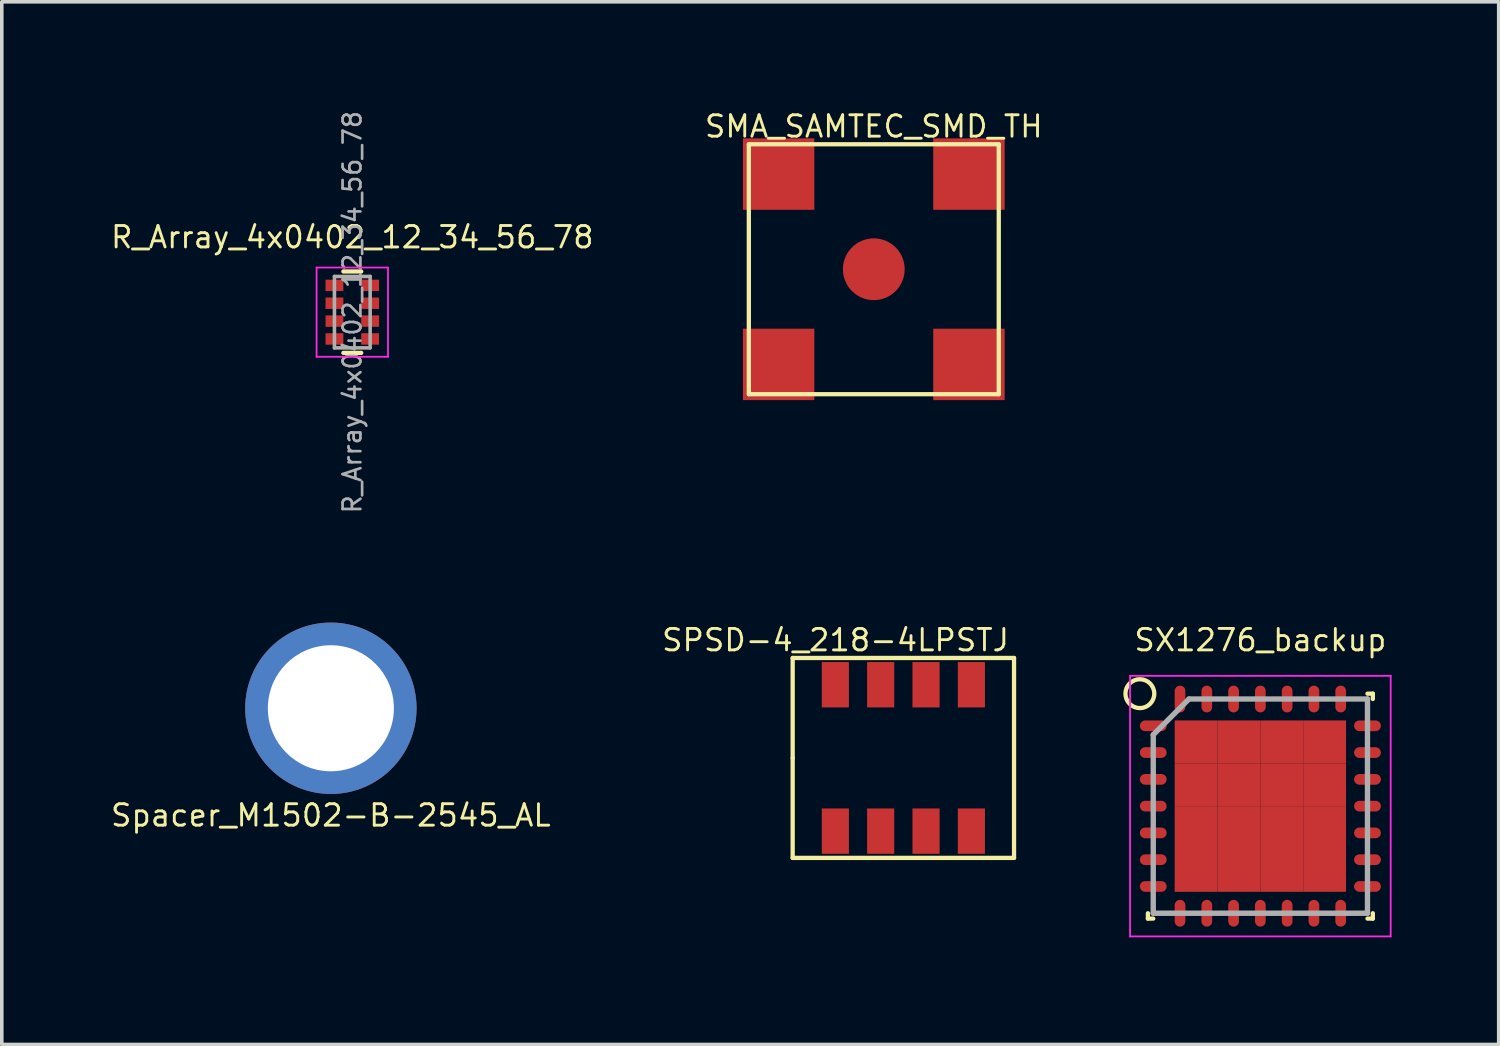
<source format=kicad_pcb>
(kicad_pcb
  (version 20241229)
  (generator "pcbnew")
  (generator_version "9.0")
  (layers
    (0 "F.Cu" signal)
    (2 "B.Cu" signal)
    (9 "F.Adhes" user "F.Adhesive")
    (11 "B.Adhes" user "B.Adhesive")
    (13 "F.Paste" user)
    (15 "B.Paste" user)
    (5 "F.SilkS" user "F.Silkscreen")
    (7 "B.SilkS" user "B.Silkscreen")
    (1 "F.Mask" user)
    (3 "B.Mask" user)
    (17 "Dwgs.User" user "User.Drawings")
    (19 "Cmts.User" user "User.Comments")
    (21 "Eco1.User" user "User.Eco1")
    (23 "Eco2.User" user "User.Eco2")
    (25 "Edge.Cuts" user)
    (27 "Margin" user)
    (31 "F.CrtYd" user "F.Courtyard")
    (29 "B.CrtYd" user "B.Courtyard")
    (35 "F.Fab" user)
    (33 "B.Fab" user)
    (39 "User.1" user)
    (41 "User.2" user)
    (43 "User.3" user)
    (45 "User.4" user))
  (footprint "SPSD-4_218-4LPSTJ"
    (layer "F.Cu")
    (at 22.251 18.178)
    (property "Reference" "SPSD-4_218-4LPSTJ" (at -1.9 -3.3 0) (layer "F.SilkS") (effects (font (size 0.6 0.6) (thickness 0.08))))
    (attr through_hole)
    (fp_line (start -3.1 -2.8) (end 3.1 -2.8) (stroke (width 0.12) (type solid)) (layer "F.SilkS"))
    (fp_line (start -3.1 0) (end -3.1 -2.8) (stroke (width 0.12) (type solid)) (layer "F.SilkS"))
    (fp_line (start -3.1 2.8) (end -3.1 0) (stroke (width 0.12) (type solid)) (layer "F.SilkS"))
    (fp_line (start 3.1 -2.8) (end 3.1 2.8) (stroke (width 0.12) (type solid)) (layer "F.SilkS"))
    (fp_line (start 3.1 2.8) (end -3.1 2.8) (stroke (width 0.12) (type solid)) (layer "F.SilkS"))
    (pad "1" smd rect (at -1.905 2.05) (size 0.76 1.27) (layers "F.Cu" "F.Mask" "F.Paste"))
    (pad "2" smd rect (at -0.635 2.05) (size 0.76 1.27) (layers "F.Cu" "F.Mask" "F.Paste"))
    (pad "3" smd rect (at 0.635 2.05) (size 0.76 1.27) (layers "F.Cu" "F.Mask" "F.Paste"))
    (pad "4" smd rect (at 1.905 2.05) (size 0.76 1.27) (layers "F.Cu" "F.Mask" "F.Paste"))
    (pad "5" smd rect (at 1.905 -2.05) (size 0.76 1.27) (layers "F.Cu" "F.Mask" "F.Paste"))
    (pad "6" smd rect (at 0.635 -2.05) (size 0.76 1.27) (layers "F.Cu" "F.Mask" "F.Paste"))
    (pad "7" smd rect (at -0.635 -2.05) (size 0.76 1.27) (layers "F.Cu" "F.Mask" "F.Paste"))
    (pad "8" smd rect (at -1.905 -2.05) (size 0.76 1.27) (layers "F.Cu" "F.Mask" "F.Paste")))
  (footprint "Spacer_M1502-B-2545_AL"
    (layer "F.Cu")
    (at 6.217 16.787)
    (property "Reference" "Spacer_M1502-B-2545_AL" (at 0 3 0) (layer "F.SilkS") (effects (font (size 0.6 0.6) (thickness 0.08))))
    (attr through_hole)
    (pad "1" thru_hole circle (at 0 0) (size 4.8 4.8) (drill 3.53) (layers "*.Cu" "*.Mask")))
  (footprint "SMA_SAMTEC_SMD_TH"
    (layer "F.Cu")
    (at 21.423 4.491)
    (property "Reference" "SMA_SAMTEC_SMD_TH" (at 0 -4 0) (layer "F.SilkS") (effects (font (size 0.6 0.6) (thickness 0.08))))
    (attr through_hole)
    (fp_line (start -3.5 -3.5) (end 3.5 -3.5) (stroke (width 0.12) (type solid)) (layer "F.SilkS"))
    (fp_line (start -3.5 3.5) (end -3.5 -3.5) (stroke (width 0.12) (type solid)) (layer "F.SilkS"))
    (fp_line (start 3.5 -3.5) (end 3.5 3.5) (stroke (width 0.12) (type solid)) (layer "F.SilkS"))
    (fp_line (start 3.5 3.5) (end -3.5 3.5) (stroke (width 0.12) (type solid)) (layer "F.SilkS"))
    (pad "1" smd circle (at 0 0) (size 1.73 1.73) (layers "F.Cu" "F.Mask" "F.Paste"))
    (pad "2" smd rect (at -2.665 -2.665) (size 2 2) (layers "F.Cu" "F.Mask" "F.Paste"))
    (pad "2" smd rect (at -2.665 2.665) (size 2 2) (layers "F.Cu" "F.Mask" "F.Paste"))
    (pad "2" smd rect (at 2.665 -2.665) (size 2 2) (layers "F.Cu" "F.Mask" "F.Paste"))
    (pad "2" smd rect (at 2.665 2.665) (size 2 2) (layers "F.Cu" "F.Mask" "F.Paste")))
  (footprint "SX1276_backup"
    (layer "F.Cu")
    (at 32.25 19.528)
    (property "Reference" "SX1276_backup" (at 0 -4.65 0) (layer "F.SilkS") (effects (font (size 0.6 0.6) (thickness 0.08))))
    (attr smd)
    (fp_line (start -3.15 3.15) (end -3.15 3) (stroke (width 0.12) (type solid)) (layer "F.SilkS"))
    (fp_line (start -3 3.15) (end -3.15 3.15) (stroke (width 0.12) (type solid)) (layer "F.SilkS"))
    (fp_line (start 3 -3.15) (end 3.15 -3.15) (stroke (width 0.12) (type solid)) (layer "F.SilkS"))
    (fp_line (start 3 3.15) (end 3.15 3.15) (stroke (width 0.12) (type solid)) (layer "F.SilkS"))
    (fp_line (start 3.15 -3.15) (end 3.15 -3) (stroke (width 0.12) (type solid)) (layer "F.SilkS"))
    (fp_line (start 3.15 3.15) (end 3.15 3) (stroke (width 0.12) (type solid)) (layer "F.SilkS"))
    (fp_circle (center -3.375 -3.15) (end -3 -3) (stroke (width 0.12) (type solid)) (fill no) (layer "F.SilkS"))
    (fp_line (start -3.65 -3.65) (end 3.65 -3.65) (stroke (width 0.05) (type solid)) (layer "F.CrtYd"))
    (fp_line (start -3.65 3.65) (end -3.65 -3.65) (stroke (width 0.05) (type solid)) (layer "F.CrtYd"))
    (fp_line (start 3.65 -3.65) (end 3.65 3.65) (stroke (width 0.05) (type solid)) (layer "F.CrtYd"))
    (fp_line (start 3.65 3.65) (end -3.65 3.65) (stroke (width 0.05) (type solid)) (layer "F.CrtYd"))
    (fp_line (start -3 -2) (end -3 3) (stroke (width 0.15) (type solid)) (layer "F.Fab"))
    (fp_line (start -3 3) (end 3 3) (stroke (width 0.15) (type solid)) (layer "F.Fab"))
    (fp_line (start -2 -3) (end -3 -2) (stroke (width 0.15) (type solid)) (layer "F.Fab"))
    (fp_line (start 3 -3) (end -2 -3) (stroke (width 0.15) (type solid)) (layer "F.Fab"))
    (fp_line (start 3 3) (end 3 -3) (stroke (width 0.15) (type solid)) (layer "F.Fab"))
    (pad "1" smd oval (at -3 -2.25 90) (size 0.3 0.75) (layers "F.Cu" "F.Mask" "F.Paste"))
    (pad "2" smd oval (at -3 -1.5 90) (size 0.3 0.75) (layers "F.Cu" "F.Mask" "F.Paste"))
    (pad "3" smd oval (at -3 -0.75 90) (size 0.3 0.75) (layers "F.Cu" "F.Mask" "F.Paste"))
    (pad "4" smd oval (at -3 0 90) (size 0.3 0.75) (layers "F.Cu" "F.Mask" "F.Paste"))
    (pad "5" smd oval (at -3 0.75 90) (size 0.3 0.75) (layers "F.Cu" "F.Mask" "F.Paste"))
    (pad "6" smd oval (at -3 1.5 90) (size 0.3 0.75) (layers "F.Cu" "F.Mask" "F.Paste"))
    (pad "7" smd oval (at -3 2.25 90) (size 0.3 0.75) (layers "F.Cu" "F.Mask" "F.Paste"))
    (pad "8" smd oval (at -2.25 3) (size 0.3 0.75) (layers "F.Cu" "F.Mask" "F.Paste"))
    (pad "9" smd oval (at -1.5 3) (size 0.3 0.75) (layers "F.Cu" "F.Mask" "F.Paste"))
    (pad "10" smd oval (at -0.75 3) (size 0.3 0.75) (layers "F.Cu" "F.Mask" "F.Paste"))
    (pad "11" smd oval (at 0 3) (size 0.3 0.75) (layers "F.Cu" "F.Mask" "F.Paste"))
    (pad "12" smd oval (at 0.75 3) (size 0.3 0.75) (layers "F.Cu" "F.Mask" "F.Paste"))
    (pad "13" smd oval (at 1.5 3) (size 0.3 0.75) (layers "F.Cu" "F.Mask" "F.Paste"))
    (pad "14" smd oval (at 2.25 3) (size 0.3 0.75) (layers "F.Cu" "F.Mask" "F.Paste"))
    (pad "15" smd oval (at 3 2.25 90) (size 0.3 0.75) (layers "F.Cu" "F.Mask" "F.Paste"))
    (pad "16" smd oval (at 3 1.5 90) (size 0.3 0.75) (layers "F.Cu" "F.Mask" "F.Paste"))
    (pad "17" smd oval (at 3 0.75 90) (size 0.3 0.75) (layers "F.Cu" "F.Mask" "F.Paste"))
    (pad "18" smd oval (at 3 0 90) (size 0.3 0.75) (layers "F.Cu" "F.Mask" "F.Paste"))
    (pad "19" smd oval (at 3 -0.75 90) (size 0.3 0.75) (layers "F.Cu" "F.Mask" "F.Paste"))
    (pad "20" smd oval (at 3 -1.5 90) (size 0.3 0.75) (layers "F.Cu" "F.Mask" "F.Paste"))
    (pad "21" smd oval (at 3 -2.25 90) (size 0.3 0.75) (layers "F.Cu" "F.Mask" "F.Paste"))
    (pad "22" smd oval (at 2.25 -3) (size 0.3 0.75) (layers "F.Cu" "F.Mask" "F.Paste"))
    (pad "23" smd oval (at 1.5 -3) (size 0.3 0.75) (layers "F.Cu" "F.Mask" "F.Paste"))
    (pad "24" smd oval (at 0.75 -3) (size 0.3 0.75) (layers "F.Cu" "F.Mask" "F.Paste"))
    (pad "25" smd oval (at 0 -3) (size 0.3 0.75) (layers "F.Cu" "F.Mask" "F.Paste"))
    (pad "26" smd oval (at -0.75 -3) (size 0.3 0.75) (layers "F.Cu" "F.Mask" "F.Paste"))
    (pad "27" smd oval (at -1.5 -3) (size 0.3 0.75) (layers "F.Cu" "F.Mask" "F.Paste"))
    (pad "28" smd oval (at -2.25 -3) (size 0.3 0.75) (layers "F.Cu" "F.Mask" "F.Paste"))
    (pad "29" smd rect (at -1.8 -1.8) (size 1.2 1.2) (layers "F.Cu" "F.Mask" "F.Paste"))
    (pad "29" smd rect (at -1.8 -0.6) (size 1.2 1.2) (layers "F.Cu" "F.Mask" "F.Paste"))
    (pad "29" smd rect (at -1.8 0.6) (size 1.2 1.2) (layers "F.Cu" "F.Mask" "F.Paste"))
    (pad "29" smd rect (at -1.8 1.8) (size 1.2 1.2) (layers "F.Cu" "F.Mask" "F.Paste"))
    (pad "29" smd rect (at -0.6 -1.8) (size 1.2 1.2) (layers "F.Cu" "F.Mask" "F.Paste"))
    (pad "29" smd rect (at -0.6 -0.6) (size 1.2 1.2) (layers "F.Cu" "F.Mask" "F.Paste"))
    (pad "29" smd rect (at -0.6 0.6) (size 1.2 1.2) (layers "F.Cu" "F.Mask" "F.Paste"))
    (pad "29" smd rect (at -0.6 1.8) (size 1.2 1.2) (layers "F.Cu" "F.Mask" "F.Paste"))
    (pad "29" smd rect (at 0.6 -1.8) (size 1.2 1.2) (layers "F.Cu" "F.Mask" "F.Paste"))
    (pad "29" smd rect (at 0.6 -0.6) (size 1.2 1.2) (layers "F.Cu" "F.Mask" "F.Paste"))
    (pad "29" smd rect (at 0.6 0.6) (size 1.2 1.2) (layers "F.Cu" "F.Mask" "F.Paste"))
    (pad "29" smd rect (at 0.6 1.8) (size 1.2 1.2) (layers "F.Cu" "F.Mask" "F.Paste"))
    (pad "29" smd rect (at 1.8 -1.8) (size 1.2 1.2) (layers "F.Cu" "F.Mask" "F.Paste"))
    (pad "29" smd rect (at 1.8 -0.6) (size 1.2 1.2) (layers "F.Cu" "F.Mask" "F.Paste"))
    (pad "29" smd rect (at 1.8 0.6) (size 1.2 1.2) (layers "F.Cu" "F.Mask" "F.Paste"))
    (pad "29" smd rect (at 1.8 1.8) (size 1.2 1.2) (layers "F.Cu" "F.Mask" "F.Paste")))
  (footprint "R_Array_4x0402_12_34_56_78"
    (layer "F.Cu")
    (at 6.817 5.693)
    (property "Reference" "R_Array_4x0402_12_34_56_78" (at 0 -2.1 0) (layer "F.SilkS") (effects (font (size 0.6 0.6) (thickness 0.08))))
    (attr smd)
    (fp_line (start 0.25 -1.14) (end -0.25 -1.14) (stroke (width 0.12) (type solid)) (layer "F.SilkS"))
    (fp_line (start 0.25 1.14) (end -0.25 1.14) (stroke (width 0.12) (type solid)) (layer "F.SilkS"))
    (fp_line (start -1 -1.25) (end -1 1.25) (stroke (width 0.05) (type solid)) (layer "F.CrtYd"))
    (fp_line (start -1 -1.25) (end 1 -1.25) (stroke (width 0.05) (type solid)) (layer "F.CrtYd"))
    (fp_line (start 1 1.25) (end -1 1.25) (stroke (width 0.05) (type solid)) (layer "F.CrtYd"))
    (fp_line (start 1 1.25) (end 1 -1.25) (stroke (width 0.05) (type solid)) (layer "F.CrtYd"))
    (fp_line (start -0.5 -1) (end 0.5 -1) (stroke (width 0.1) (type solid)) (layer "F.Fab"))
    (fp_line (start -0.5 1) (end -0.5 -1) (stroke (width 0.1) (type solid)) (layer "F.Fab"))
    (fp_line (start 0.5 -1) (end 0.5 1) (stroke (width 0.1) (type solid)) (layer "F.Fab"))
    (fp_line (start 0.5 1) (end -0.5 1) (stroke (width 0.1) (type solid)) (layer "F.Fab"))
    (fp_text user "${REFERENCE}" (at 0 0 90) (layer "F.Fab") (effects (font (size 0.5 0.5) (thickness 0.075))))
    (pad "1" smd rect (at -0.5 -0.75) (size 0.5 0.32) (layers "F.Cu" "F.Mask" "F.Paste"))
    (pad "2" smd rect (at 0.5 -0.75) (size 0.5 0.32) (layers "F.Cu" "F.Mask" "F.Paste"))
    (pad "3" smd rect (at -0.5 -0.25) (size 0.5 0.32) (layers "F.Cu" "F.Mask" "F.Paste"))
    (pad "4" smd rect (at 0.5 -0.25) (size 0.5 0.32) (layers "F.Cu" "F.Mask" "F.Paste"))
    (pad "5" smd rect (at -0.5 0.25) (size 0.5 0.32) (layers "F.Cu" "F.Mask" "F.Paste"))
    (pad "6" smd rect (at 0.5 0.25) (size 0.5 0.32) (layers "F.Cu" "F.Mask" "F.Paste"))
    (pad "7" smd rect (at -0.5 0.75) (size 0.5 0.32) (layers "F.Cu" "F.Mask" "F.Paste"))
    (pad "8" smd rect (at 0.5 0.75) (size 0.5 0.32) (layers "F.Cu" "F.Mask" "F.Paste")))
  (gr_rect
    (start -3 -3)
    (end 38.925 26.203)
    (stroke (width 0.1) (type default))
    (fill no)
    (layer "Edge.Cuts")))
</source>
